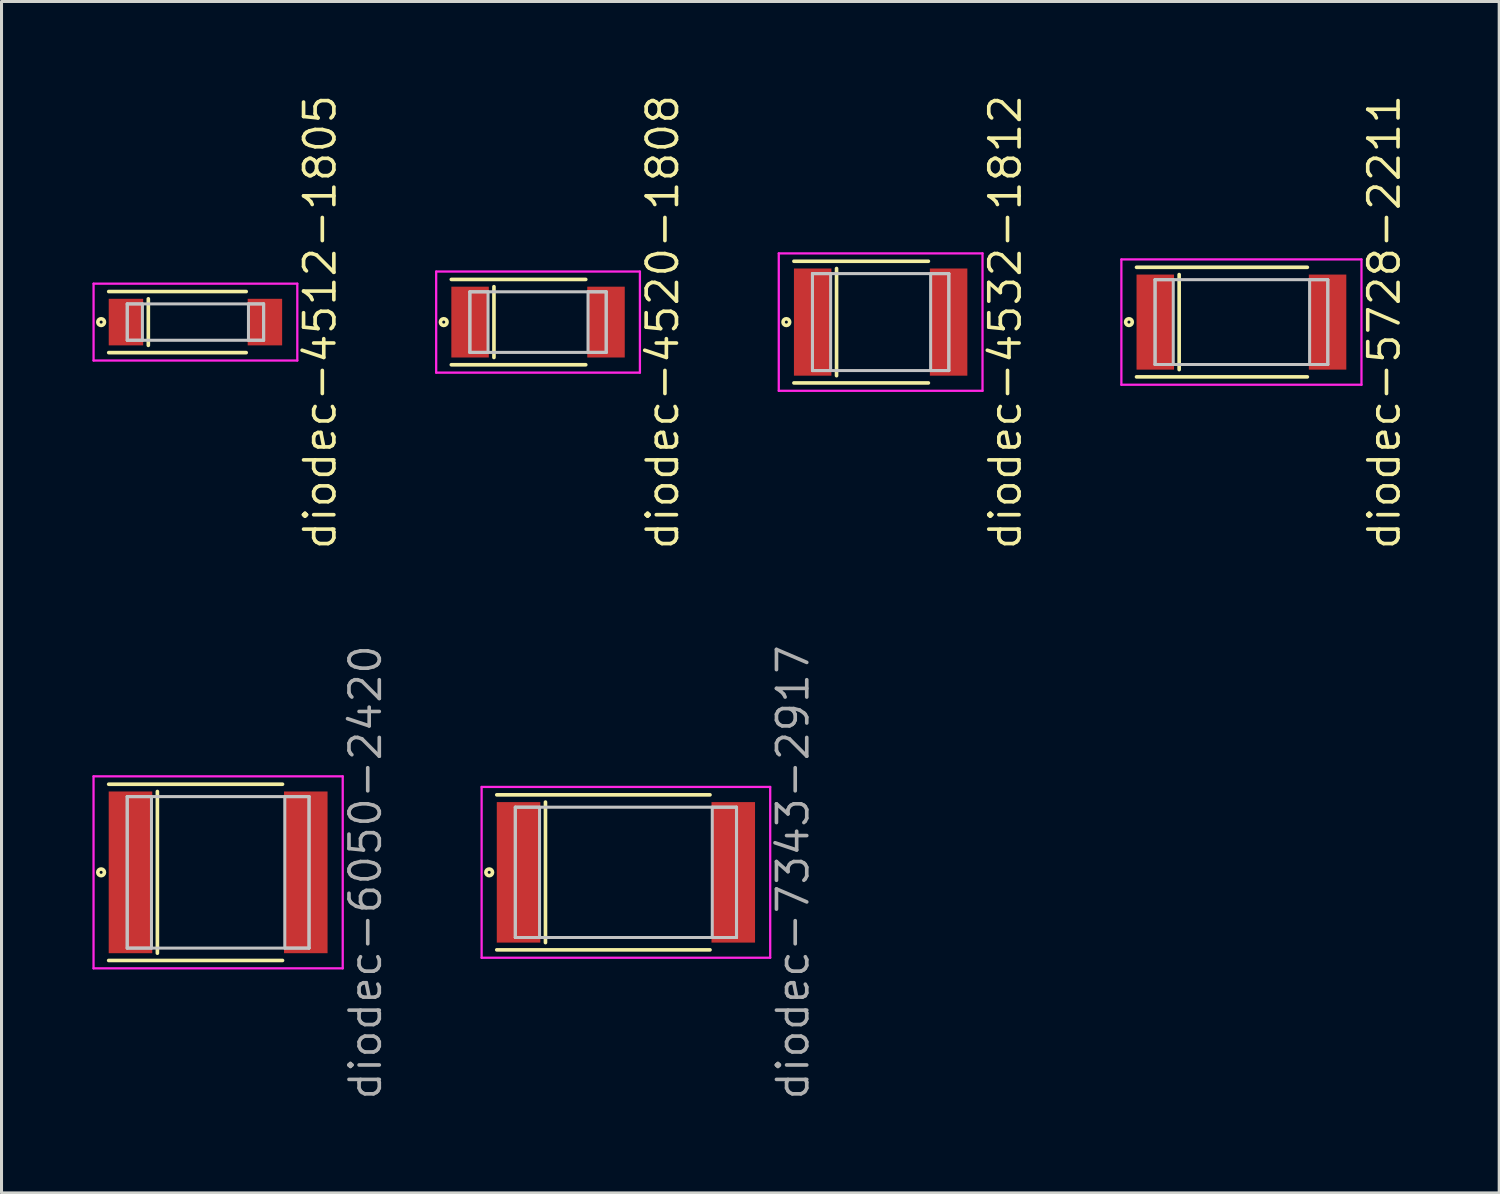
<source format=kicad_pcb>
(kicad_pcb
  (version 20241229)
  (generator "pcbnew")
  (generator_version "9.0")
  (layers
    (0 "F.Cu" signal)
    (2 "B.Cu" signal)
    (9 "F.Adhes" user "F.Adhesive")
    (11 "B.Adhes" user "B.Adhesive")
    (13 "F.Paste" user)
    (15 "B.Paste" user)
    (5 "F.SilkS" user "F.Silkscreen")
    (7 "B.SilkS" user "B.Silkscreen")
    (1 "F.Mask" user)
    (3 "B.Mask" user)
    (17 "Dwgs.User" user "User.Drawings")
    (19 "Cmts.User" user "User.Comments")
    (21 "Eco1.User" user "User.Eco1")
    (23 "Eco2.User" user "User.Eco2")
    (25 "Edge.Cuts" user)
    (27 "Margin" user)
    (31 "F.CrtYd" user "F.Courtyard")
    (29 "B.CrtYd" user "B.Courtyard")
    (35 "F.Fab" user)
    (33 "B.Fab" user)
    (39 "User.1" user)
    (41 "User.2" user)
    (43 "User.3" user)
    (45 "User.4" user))
  (footprint "diodec-4512-1805"
    (layer "F.Cu")
    (at 3.4 7.58)
    (property "Reference" "diodec-4512-1805" (at 4.112 0 90) (layer "F.SilkS") (effects (font (size 1 1) (thickness 0.12))))
    (attr through_hole)
    (fp_line (start -2.862 -1.008) (end 1.675 -1.008) (stroke (width 0.12) (type solid)) (layer "F.SilkS"))
    (fp_line (start -2.862 1.008) (end 1.675 1.008) (stroke (width 0.12) (type solid)) (layer "F.SilkS"))
    (fp_line (start -1.555 -0.768) (end -1.555 0.768) (stroke (width 0.12) (type solid)) (layer "F.SilkS"))
    (fp_circle (center -3.112 0) (end -3.062 0) (stroke (width 0.12) (type solid)) (fill no) (layer "F.SilkS"))
    (fp_line (start -2.25 -0.6) (end -2.25 0.6) (stroke (width 0.1) (type solid)) (layer "Dwgs.User"))
    (fp_line (start -2.25 -0.6) (end -2.25 0.6) (stroke (width 0.1) (type solid)) (layer "Dwgs.User"))
    (fp_line (start -2.25 0.6) (end -1.75 0.6) (stroke (width 0.1) (type solid)) (layer "Dwgs.User"))
    (fp_line (start -2.25 0.6) (end 2.25 0.6) (stroke (width 0.1) (type solid)) (layer "Dwgs.User"))
    (fp_line (start -1.75 -0.6) (end -2.25 -0.6) (stroke (width 0.1) (type solid)) (layer "Dwgs.User"))
    (fp_line (start -1.75 0.6) (end -1.75 -0.6) (stroke (width 0.1) (type solid)) (layer "Dwgs.User"))
    (fp_line (start 1.75 -0.6) (end 1.75 0.6) (stroke (width 0.1) (type solid)) (layer "Dwgs.User"))
    (fp_line (start 1.75 0.6) (end 2.25 0.6) (stroke (width 0.1) (type solid)) (layer "Dwgs.User"))
    (fp_line (start 2.25 -0.6) (end -2.25 -0.6) (stroke (width 0.1) (type solid)) (layer "Dwgs.User"))
    (fp_line (start 2.25 -0.6) (end 1.75 -0.6) (stroke (width 0.1) (type solid)) (layer "Dwgs.User"))
    (fp_line (start 2.25 0.6) (end 2.25 -0.6) (stroke (width 0.1) (type solid)) (layer "Dwgs.User"))
    (fp_line (start 2.25 0.6) (end 2.25 -0.6) (stroke (width 0.1) (type solid)) (layer "Dwgs.User"))
    (fp_line (start -3.362 -1.268) (end -3.362 1.268) (stroke (width 0.075) (type solid)) (layer "F.CrtYd"))
    (fp_line (start -3.362 1.268) (end 3.362 1.268) (stroke (width 0.075) (type solid)) (layer "F.CrtYd"))
    (fp_line (start 3.362 -1.268) (end -3.362 -1.268) (stroke (width 0.075) (type solid)) (layer "F.CrtYd"))
    (fp_line (start 3.362 1.268) (end 3.362 -1.268) (stroke (width 0.075) (type solid)) (layer "F.CrtYd"))
    (pad "1" smd rect (at -2.293 0) (size 1.137 1.537) (layers "F.Cu" "F.Mask" "F.Paste"))
    (pad "2" smd rect (at 2.293 0) (size 1.137 1.537) (layers "F.Cu" "F.Mask" "F.Paste")))
  (footprint "diodec-5728-2211"
    (layer "F.Cu")
    (at 37.921 7.58)
    (property "Reference" "diodec-5728-2211" (at 4.712 0 90) (layer "F.SilkS") (effects (font (size 1 1) (thickness 0.12))))
    (attr through_hole)
    (fp_line (start -3.462 -1.808) (end 2.175 -1.808) (stroke (width 0.12) (type solid)) (layer "F.SilkS"))
    (fp_line (start -3.462 1.808) (end 2.175 1.808) (stroke (width 0.12) (type solid)) (layer "F.SilkS"))
    (fp_line (start -2.055 -1.568) (end -2.055 1.568) (stroke (width 0.12) (type solid)) (layer "F.SilkS"))
    (fp_circle (center -3.712 0) (end -3.662 0) (stroke (width 0.12) (type solid)) (fill no) (layer "F.SilkS"))
    (fp_line (start -2.85 -1.4) (end -2.85 1.4) (stroke (width 0.1) (type solid)) (layer "Dwgs.User"))
    (fp_line (start -2.85 -1.4) (end -2.85 1.4) (stroke (width 0.1) (type solid)) (layer "Dwgs.User"))
    (fp_line (start -2.85 1.4) (end -2.25 1.4) (stroke (width 0.1) (type solid)) (layer "Dwgs.User"))
    (fp_line (start -2.85 1.4) (end 2.85 1.4) (stroke (width 0.1) (type solid)) (layer "Dwgs.User"))
    (fp_line (start -2.25 -1.4) (end -2.85 -1.4) (stroke (width 0.1) (type solid)) (layer "Dwgs.User"))
    (fp_line (start -2.25 1.4) (end -2.25 -1.4) (stroke (width 0.1) (type solid)) (layer "Dwgs.User"))
    (fp_line (start 2.25 -1.4) (end 2.25 1.4) (stroke (width 0.1) (type solid)) (layer "Dwgs.User"))
    (fp_line (start 2.25 1.4) (end 2.85 1.4) (stroke (width 0.1) (type solid)) (layer "Dwgs.User"))
    (fp_line (start 2.85 -1.4) (end -2.85 -1.4) (stroke (width 0.1) (type solid)) (layer "Dwgs.User"))
    (fp_line (start 2.85 -1.4) (end 2.25 -1.4) (stroke (width 0.1) (type solid)) (layer "Dwgs.User"))
    (fp_line (start 2.85 1.4) (end 2.85 -1.4) (stroke (width 0.1) (type solid)) (layer "Dwgs.User"))
    (fp_line (start 2.85 1.4) (end 2.85 -1.4) (stroke (width 0.1) (type solid)) (layer "Dwgs.User"))
    (fp_line (start -3.962 -2.068) (end -3.962 2.068) (stroke (width 0.075) (type solid)) (layer "F.CrtYd"))
    (fp_line (start -3.962 2.068) (end 3.962 2.068) (stroke (width 0.075) (type solid)) (layer "F.CrtYd"))
    (fp_line (start 3.962 -2.068) (end -3.962 -2.068) (stroke (width 0.075) (type solid)) (layer "F.CrtYd"))
    (fp_line (start 3.962 2.068) (end 3.962 -2.068) (stroke (width 0.075) (type solid)) (layer "F.CrtYd"))
    (pad "1" smd rect (at -2.843 0) (size 1.237 3.137) (layers "F.Cu" "F.Mask" "F.Paste"))
    (pad "2" smd rect (at 2.843 0) (size 1.237 3.137) (layers "F.Cu" "F.Mask" "F.Paste")))
  (footprint "diodec-7343-2917"
    (layer "F.Cu")
    (at 17.607 25.74)
    (property "Reference" "diodec-7343-2917" (at 5.512 0 90) (layer "F.Fab") (effects (font (size 1 1) (thickness 0.12))))
    (attr through_hole)
    (fp_line (start -4.262 -2.558) (end 2.775 -2.558) (stroke (width 0.12) (type solid)) (layer "F.SilkS"))
    (fp_line (start -4.262 2.558) (end 2.775 2.558) (stroke (width 0.12) (type solid)) (layer "F.SilkS"))
    (fp_line (start -2.655 -2.318) (end -2.655 2.318) (stroke (width 0.12) (type solid)) (layer "F.SilkS"))
    (fp_circle (center -4.512 0) (end -4.462 0) (stroke (width 0.12) (type solid)) (fill no) (layer "F.SilkS"))
    (fp_line (start -3.65 -2.15) (end -3.65 2.15) (stroke (width 0.1) (type solid)) (layer "Dwgs.User"))
    (fp_line (start -3.65 -2.15) (end -3.65 2.15) (stroke (width 0.1) (type solid)) (layer "Dwgs.User"))
    (fp_line (start -3.65 2.15) (end -2.85 2.15) (stroke (width 0.1) (type solid)) (layer "Dwgs.User"))
    (fp_line (start -3.65 2.15) (end 3.65 2.15) (stroke (width 0.1) (type solid)) (layer "Dwgs.User"))
    (fp_line (start -2.85 -2.15) (end -3.65 -2.15) (stroke (width 0.1) (type solid)) (layer "Dwgs.User"))
    (fp_line (start -2.85 2.15) (end -2.85 -2.15) (stroke (width 0.1) (type solid)) (layer "Dwgs.User"))
    (fp_line (start 2.85 -2.15) (end 2.85 2.15) (stroke (width 0.1) (type solid)) (layer "Dwgs.User"))
    (fp_line (start 2.85 2.15) (end 3.65 2.15) (stroke (width 0.1) (type solid)) (layer "Dwgs.User"))
    (fp_line (start 3.65 -2.15) (end -3.65 -2.15) (stroke (width 0.1) (type solid)) (layer "Dwgs.User"))
    (fp_line (start 3.65 -2.15) (end 2.85 -2.15) (stroke (width 0.1) (type solid)) (layer "Dwgs.User"))
    (fp_line (start 3.65 2.15) (end 3.65 -2.15) (stroke (width 0.1) (type solid)) (layer "Dwgs.User"))
    (fp_line (start 3.65 2.15) (end 3.65 -2.15) (stroke (width 0.1) (type solid)) (layer "Dwgs.User"))
    (fp_line (start -4.762 -2.818) (end -4.762 2.818) (stroke (width 0.075) (type solid)) (layer "F.CrtYd"))
    (fp_line (start -4.762 2.818) (end 4.762 2.818) (stroke (width 0.075) (type solid)) (layer "F.CrtYd"))
    (fp_line (start 4.762 -2.818) (end -4.762 -2.818) (stroke (width 0.075) (type solid)) (layer "F.CrtYd"))
    (fp_line (start 4.762 2.818) (end 4.762 -2.818) (stroke (width 0.075) (type solid)) (layer "F.CrtYd"))
    (pad "1" smd rect (at -3.543 0) (size 1.437 4.637) (layers "F.Cu" "F.Mask" "F.Paste"))
    (pad "2" smd rect (at 3.543 0) (size 1.437 4.637) (layers "F.Cu" "F.Mask" "F.Paste")))
  (footprint "diodec-6050-2420"
    (layer "F.Cu")
    (at 4.149 25.74)
    (property "Reference" "diodec-6050-2420" (at 4.862 0 90) (layer "F.Fab") (effects (font (size 1 1) (thickness 0.12))))
    (attr through_hole)
    (fp_line (start -3.612 -2.908) (end 2.125 -2.908) (stroke (width 0.12) (type solid)) (layer "F.SilkS"))
    (fp_line (start -3.612 2.908) (end 2.125 2.908) (stroke (width 0.12) (type solid)) (layer "F.SilkS"))
    (fp_line (start -2.005 -2.668) (end -2.005 2.668) (stroke (width 0.12) (type solid)) (layer "F.SilkS"))
    (fp_circle (center -3.862 0) (end -3.812 0) (stroke (width 0.12) (type solid)) (fill no) (layer "F.SilkS"))
    (fp_line (start -3 -2.5) (end -3 2.5) (stroke (width 0.1) (type solid)) (layer "Dwgs.User"))
    (fp_line (start -3 -2.5) (end -3 2.5) (stroke (width 0.1) (type solid)) (layer "Dwgs.User"))
    (fp_line (start -3 2.5) (end -2.2 2.5) (stroke (width 0.1) (type solid)) (layer "Dwgs.User"))
    (fp_line (start -3 2.5) (end 3 2.5) (stroke (width 0.1) (type solid)) (layer "Dwgs.User"))
    (fp_line (start -2.2 -2.5) (end -3 -2.5) (stroke (width 0.1) (type solid)) (layer "Dwgs.User"))
    (fp_line (start -2.2 2.5) (end -2.2 -2.5) (stroke (width 0.1) (type solid)) (layer "Dwgs.User"))
    (fp_line (start 2.2 -2.5) (end 2.2 2.5) (stroke (width 0.1) (type solid)) (layer "Dwgs.User"))
    (fp_line (start 2.2 2.5) (end 3 2.5) (stroke (width 0.1) (type solid)) (layer "Dwgs.User"))
    (fp_line (start 3 -2.5) (end -3 -2.5) (stroke (width 0.1) (type solid)) (layer "Dwgs.User"))
    (fp_line (start 3 -2.5) (end 2.2 -2.5) (stroke (width 0.1) (type solid)) (layer "Dwgs.User"))
    (fp_line (start 3 2.5) (end 3 -2.5) (stroke (width 0.1) (type solid)) (layer "Dwgs.User"))
    (fp_line (start 3 2.5) (end 3 -2.5) (stroke (width 0.1) (type solid)) (layer "Dwgs.User"))
    (fp_line (start -4.112 -3.168) (end -4.112 3.168) (stroke (width 0.075) (type solid)) (layer "F.CrtYd"))
    (fp_line (start -4.112 3.168) (end 4.112 3.168) (stroke (width 0.075) (type solid)) (layer "F.CrtYd"))
    (fp_line (start 4.112 -3.168) (end -4.112 -3.168) (stroke (width 0.075) (type solid)) (layer "F.CrtYd"))
    (fp_line (start 4.112 3.168) (end 4.112 -3.168) (stroke (width 0.075) (type solid)) (layer "F.CrtYd"))
    (pad "1" smd rect (at -2.893 0) (size 1.437 5.337) (layers "F.Cu" "F.Mask" "F.Paste"))
    (pad "2" smd rect (at 2.893 0) (size 1.437 5.337) (layers "F.Cu" "F.Mask" "F.Paste")))
  (footprint "diodec-4532-1812"
    (layer "F.Cu")
    (at 26.014 7.58)
    (property "Reference" "diodec-4532-1812" (at 4.112 0 90) (layer "F.SilkS") (effects (font (size 1 1) (thickness 0.12))))
    (attr through_hole)
    (fp_line (start -2.862 -2.008) (end 1.575 -2.008) (stroke (width 0.12) (type solid)) (layer "F.SilkS"))
    (fp_line (start -2.862 2.008) (end 1.575 2.008) (stroke (width 0.12) (type solid)) (layer "F.SilkS"))
    (fp_line (start -1.455 -1.768) (end -1.455 1.768) (stroke (width 0.12) (type solid)) (layer "F.SilkS"))
    (fp_circle (center -3.112 0) (end -3.062 0) (stroke (width 0.12) (type solid)) (fill no) (layer "F.SilkS"))
    (fp_line (start -2.25 -1.6) (end -2.25 1.6) (stroke (width 0.1) (type solid)) (layer "Dwgs.User"))
    (fp_line (start -2.25 -1.6) (end -2.25 1.6) (stroke (width 0.1) (type solid)) (layer "Dwgs.User"))
    (fp_line (start -2.25 1.6) (end -1.65 1.6) (stroke (width 0.1) (type solid)) (layer "Dwgs.User"))
    (fp_line (start -2.25 1.6) (end 2.25 1.6) (stroke (width 0.1) (type solid)) (layer "Dwgs.User"))
    (fp_line (start -1.65 -1.6) (end -2.25 -1.6) (stroke (width 0.1) (type solid)) (layer "Dwgs.User"))
    (fp_line (start -1.65 1.6) (end -1.65 -1.6) (stroke (width 0.1) (type solid)) (layer "Dwgs.User"))
    (fp_line (start 1.65 -1.6) (end 1.65 1.6) (stroke (width 0.1) (type solid)) (layer "Dwgs.User"))
    (fp_line (start 1.65 1.6) (end 2.25 1.6) (stroke (width 0.1) (type solid)) (layer "Dwgs.User"))
    (fp_line (start 2.25 -1.6) (end -2.25 -1.6) (stroke (width 0.1) (type solid)) (layer "Dwgs.User"))
    (fp_line (start 2.25 -1.6) (end 1.65 -1.6) (stroke (width 0.1) (type solid)) (layer "Dwgs.User"))
    (fp_line (start 2.25 1.6) (end 2.25 -1.6) (stroke (width 0.1) (type solid)) (layer "Dwgs.User"))
    (fp_line (start 2.25 1.6) (end 2.25 -1.6) (stroke (width 0.1) (type solid)) (layer "Dwgs.User"))
    (fp_line (start -3.362 -2.268) (end -3.362 2.268) (stroke (width 0.075) (type solid)) (layer "F.CrtYd"))
    (fp_line (start -3.362 2.268) (end 3.362 2.268) (stroke (width 0.075) (type solid)) (layer "F.CrtYd"))
    (fp_line (start 3.362 -2.268) (end -3.362 -2.268) (stroke (width 0.075) (type solid)) (layer "F.CrtYd"))
    (fp_line (start 3.362 2.268) (end 3.362 -2.268) (stroke (width 0.075) (type solid)) (layer "F.CrtYd"))
    (pad "1" smd rect (at -2.243 0) (size 1.237 3.537) (layers "F.Cu" "F.Mask" "F.Paste"))
    (pad "2" smd rect (at 2.243 0) (size 1.237 3.537) (layers "F.Cu" "F.Mask" "F.Paste")))
  (footprint "diodec-4520-1808"
    (layer "F.Cu")
    (at 14.707 7.58)
    (property "Reference" "diodec-4520-1808" (at 4.112 0 90) (layer "F.SilkS") (effects (font (size 1 1) (thickness 0.12))))
    (attr through_hole)
    (fp_line (start -2.862 -1.408) (end 1.575 -1.408) (stroke (width 0.12) (type solid)) (layer "F.SilkS"))
    (fp_line (start -2.862 1.408) (end 1.575 1.408) (stroke (width 0.12) (type solid)) (layer "F.SilkS"))
    (fp_line (start -1.455 -1.168) (end -1.455 1.168) (stroke (width 0.12) (type solid)) (layer "F.SilkS"))
    (fp_circle (center -3.112 0) (end -3.062 0) (stroke (width 0.12) (type solid)) (fill no) (layer "F.SilkS"))
    (fp_line (start -2.25 -1) (end -2.25 1) (stroke (width 0.1) (type solid)) (layer "Dwgs.User"))
    (fp_line (start -2.25 -1) (end -2.25 1) (stroke (width 0.1) (type solid)) (layer "Dwgs.User"))
    (fp_line (start -2.25 1) (end -1.65 1) (stroke (width 0.1) (type solid)) (layer "Dwgs.User"))
    (fp_line (start -2.25 1) (end 2.25 1) (stroke (width 0.1) (type solid)) (layer "Dwgs.User"))
    (fp_line (start -1.65 -1) (end -2.25 -1) (stroke (width 0.1) (type solid)) (layer "Dwgs.User"))
    (fp_line (start -1.65 1) (end -1.65 -1) (stroke (width 0.1) (type solid)) (layer "Dwgs.User"))
    (fp_line (start 1.65 -1) (end 1.65 1) (stroke (width 0.1) (type solid)) (layer "Dwgs.User"))
    (fp_line (start 1.65 1) (end 2.25 1) (stroke (width 0.1) (type solid)) (layer "Dwgs.User"))
    (fp_line (start 2.25 -1) (end -2.25 -1) (stroke (width 0.1) (type solid)) (layer "Dwgs.User"))
    (fp_line (start 2.25 -1) (end 1.65 -1) (stroke (width 0.1) (type solid)) (layer "Dwgs.User"))
    (fp_line (start 2.25 1) (end 2.25 -1) (stroke (width 0.1) (type solid)) (layer "Dwgs.User"))
    (fp_line (start 2.25 1) (end 2.25 -1) (stroke (width 0.1) (type solid)) (layer "Dwgs.User"))
    (fp_line (start -3.362 -1.668) (end -3.362 1.668) (stroke (width 0.075) (type solid)) (layer "F.CrtYd"))
    (fp_line (start -3.362 1.668) (end 3.362 1.668) (stroke (width 0.075) (type solid)) (layer "F.CrtYd"))
    (fp_line (start 3.362 -1.668) (end -3.362 -1.668) (stroke (width 0.075) (type solid)) (layer "F.CrtYd"))
    (fp_line (start 3.362 1.668) (end 3.362 -1.668) (stroke (width 0.075) (type solid)) (layer "F.CrtYd"))
    (pad "1" smd rect (at -2.243 0) (size 1.237 2.337) (layers "F.Cu" "F.Mask" "F.Paste"))
    (pad "2" smd rect (at 2.243 0) (size 1.237 2.337) (layers "F.Cu" "F.Mask" "F.Paste")))
  (gr_rect
    (start -3 -3)
    (end 46.428 36.32)
    (stroke (width 0.1) (type default))
    (fill no)
    (layer "Edge.Cuts")))
</source>
